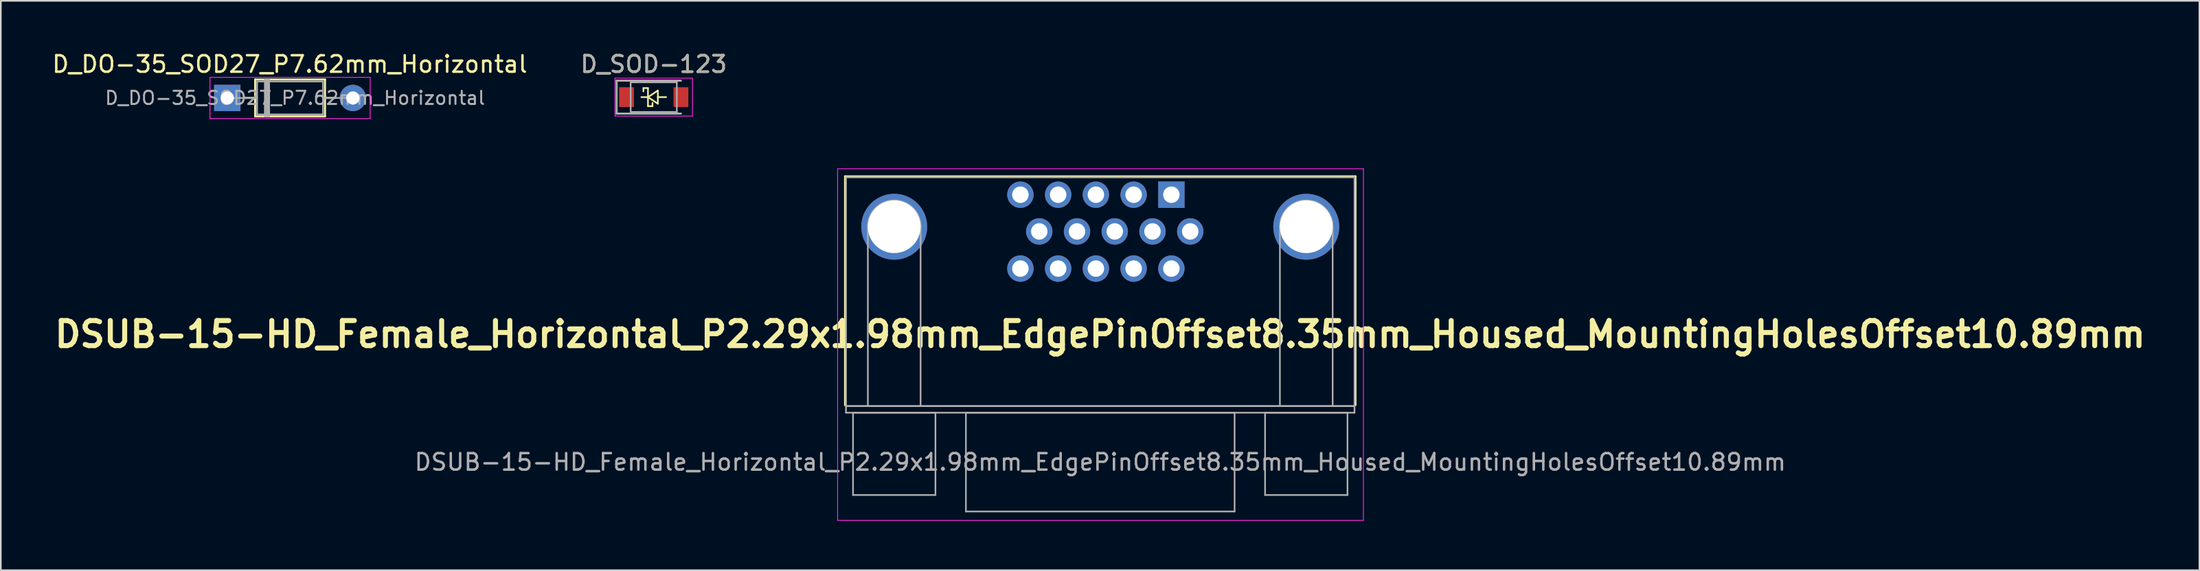
<source format=kicad_pcb>
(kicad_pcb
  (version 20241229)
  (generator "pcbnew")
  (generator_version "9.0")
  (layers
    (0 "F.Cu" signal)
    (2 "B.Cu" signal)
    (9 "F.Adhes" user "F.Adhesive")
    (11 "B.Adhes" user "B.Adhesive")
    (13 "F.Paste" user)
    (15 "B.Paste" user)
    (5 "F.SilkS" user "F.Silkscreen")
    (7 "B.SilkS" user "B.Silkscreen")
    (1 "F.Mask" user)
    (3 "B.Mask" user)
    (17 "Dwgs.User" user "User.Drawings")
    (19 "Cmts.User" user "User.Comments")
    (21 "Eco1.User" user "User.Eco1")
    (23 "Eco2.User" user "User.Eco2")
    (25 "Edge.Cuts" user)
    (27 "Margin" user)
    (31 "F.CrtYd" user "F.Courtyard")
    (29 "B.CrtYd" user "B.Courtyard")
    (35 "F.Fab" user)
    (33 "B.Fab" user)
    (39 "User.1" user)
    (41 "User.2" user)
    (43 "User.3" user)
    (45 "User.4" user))
  (footprint "D_DO-35_SOD27_P7.62mm_Horizontal"
    (layer "F.Cu")
    (at 10.74 2.898)
    (property "Reference" "D_DO-35_SOD27_P7.62mm_Horizontal" (at 3.79 -2.05 0) (layer "F.SilkS") (effects (font (size 1 1) (thickness 0.15))))
    (attr through_hole)
    (fp_line (start 1.04 0) (end 1.69 0) (stroke (width 0.12) (type solid)) (layer "F.SilkS"))
    (fp_line (start 1.69 -1.12) (end 1.69 1.12) (stroke (width 0.12) (type solid)) (layer "F.SilkS"))
    (fp_line (start 1.69 1.12) (end 5.93 1.12) (stroke (width 0.12) (type solid)) (layer "F.SilkS"))
    (fp_line (start 5.93 -1.12) (end 1.69 -1.12) (stroke (width 0.12) (type solid)) (layer "F.SilkS"))
    (fp_line (start 5.93 1.12) (end 5.93 -1.12) (stroke (width 0.12) (type solid)) (layer "F.SilkS"))
    (fp_line (start 6.58 0) (end 5.93 0) (stroke (width 0.12) (type solid)) (layer "F.SilkS"))
    (fp_line (start -1.05 -1.25) (end -1.05 1.25) (stroke (width 0.05) (type solid)) (layer "F.CrtYd"))
    (fp_line (start -1.05 1.25) (end 8.67 1.25) (stroke (width 0.05) (type solid)) (layer "F.CrtYd"))
    (fp_line (start 8.67 -1.25) (end -1.05 -1.25) (stroke (width 0.05) (type solid)) (layer "F.CrtYd"))
    (fp_line (start 8.67 1.25) (end 8.67 -1.25) (stroke (width 0.05) (type solid)) (layer "F.CrtYd"))
    (fp_line (start 0 0) (end 1.81 0) (stroke (width 0.1) (type solid)) (layer "F.Fab"))
    (fp_line (start 1.81 -1) (end 1.81 1) (stroke (width 0.1) (type solid)) (layer "F.Fab"))
    (fp_line (start 1.81 1) (end 5.81 1) (stroke (width 0.1) (type solid)) (layer "F.Fab"))
    (fp_line (start 2.29 -1.12) (end 2.29 1.12) (stroke (width 0.12) (type solid)) (layer "F.Fab"))
    (fp_line (start 2.31 -1) (end 2.31 1) (stroke (width 0.1) (type solid)) (layer "F.Fab"))
    (fp_line (start 2.41 -1.12) (end 2.41 1.12) (stroke (width 0.12) (type solid)) (layer "F.Fab"))
    (fp_line (start 2.41 -1) (end 2.41 1) (stroke (width 0.1) (type solid)) (layer "F.Fab"))
    (fp_line (start 2.51 -1) (end 2.51 1) (stroke (width 0.1) (type solid)) (layer "F.Fab"))
    (fp_line (start 2.53 -1.12) (end 2.53 1.12) (stroke (width 0.12) (type solid)) (layer "F.Fab"))
    (fp_line (start 5.81 -1) (end 1.81 -1) (stroke (width 0.1) (type solid)) (layer "F.Fab"))
    (fp_line (start 5.81 1) (end 5.81 -1) (stroke (width 0.1) (type solid)) (layer "F.Fab"))
    (fp_line (start 7.62 0) (end 5.81 0) (stroke (width 0.1) (type solid)) (layer "F.Fab"))
    (fp_text user "${REFERENCE}" (at 4.11 0 0) (layer "F.Fab") (effects (font (size 0.8 0.8) (thickness 0.12))))
    (pad "1" thru_hole rect (at 0 0) (size 1.6 1.6) (drill 0.8) (layers "*.Cu" "*.Mask"))
    (pad "2" thru_hole oval (at 7.62 0) (size 1.6 1.6) (drill 0.8) (layers "*.Cu" "*.Mask")))
  (footprint "DSUB-15-HD_Female_Horizontal_P2.29x1.98mm_EdgePinOffset8.35mm_Housed_MountingHolesOffset10.89mm"
    (layer "F.Cu")
    (at 68.019 9.298)
    (property "Reference" "DSUB-15-HD_Female_Horizontal_P2.29x1.98mm_EdgePinOffset8.35mm_Housed_MountingHolesOffset10.89mm" (at -4.323 7.95 0) (unlocked yes) (layer "F.SilkS") (effects (font (size 1.524 1.524) (thickness 0.305))))
    (attr through_hole)
    (fp_line (start -19.8 -1.64) (end 11.17 -1.64) (stroke (width 0.12) (type solid)) (layer "F.SilkS"))
    (fp_line (start -19.8 12.25) (end -19.8 -1.64) (stroke (width 0.12) (type solid)) (layer "F.SilkS"))
    (fp_line (start 11.17 -1.64) (end 11.17 12.25) (stroke (width 0.12) (type solid)) (layer "F.SilkS"))
    (fp_line (start -20.25 -2.1) (end -20.25 19.25) (stroke (width 0.05) (type solid)) (layer "F.CrtYd"))
    (fp_line (start -20.25 19.25) (end 11.65 19.25) (stroke (width 0.05) (type solid)) (layer "F.CrtYd"))
    (fp_line (start 11.65 -2.1) (end -20.25 -2.1) (stroke (width 0.05) (type solid)) (layer "F.CrtYd"))
    (fp_line (start 11.65 19.25) (end 11.65 -2.1) (stroke (width 0.05) (type solid)) (layer "F.CrtYd"))
    (fp_line (start -19.74 -1.58) (end -19.74 12.31) (stroke (width 0.1) (type solid)) (layer "F.Fab"))
    (fp_line (start -19.74 12.31) (end -19.74 12.71) (stroke (width 0.1) (type solid)) (layer "F.Fab"))
    (fp_line (start -19.74 12.31) (end 11.11 12.31) (stroke (width 0.1) (type solid)) (layer "F.Fab"))
    (fp_line (start -19.74 12.71) (end 11.11 12.71) (stroke (width 0.1) (type solid)) (layer "F.Fab"))
    (fp_line (start -19.315 12.71) (end -19.315 17.71) (stroke (width 0.1) (type solid)) (layer "F.Fab"))
    (fp_line (start -19.315 17.71) (end -14.315 17.71) (stroke (width 0.1) (type solid)) (layer "F.Fab"))
    (fp_line (start -18.415 12.31) (end -18.415 1.42) (stroke (width 0.1) (type solid)) (layer "F.Fab"))
    (fp_line (start -15.215 12.31) (end -15.215 1.42) (stroke (width 0.1) (type solid)) (layer "F.Fab"))
    (fp_line (start -14.315 12.71) (end -19.315 12.71) (stroke (width 0.1) (type solid)) (layer "F.Fab"))
    (fp_line (start -14.315 17.71) (end -14.315 12.71) (stroke (width 0.1) (type solid)) (layer "F.Fab"))
    (fp_line (start -12.465 12.71) (end -12.465 18.71) (stroke (width 0.1) (type solid)) (layer "F.Fab"))
    (fp_line (start -12.465 18.71) (end 3.835 18.71) (stroke (width 0.1) (type solid)) (layer "F.Fab"))
    (fp_line (start 3.835 12.71) (end -12.465 12.71) (stroke (width 0.1) (type solid)) (layer "F.Fab"))
    (fp_line (start 3.835 18.71) (end 3.835 12.71) (stroke (width 0.1) (type solid)) (layer "F.Fab"))
    (fp_line (start 5.685 12.71) (end 5.685 17.71) (stroke (width 0.1) (type solid)) (layer "F.Fab"))
    (fp_line (start 5.685 17.71) (end 10.685 17.71) (stroke (width 0.1) (type solid)) (layer "F.Fab"))
    (fp_line (start 6.585 12.31) (end 6.585 1.42) (stroke (width 0.1) (type solid)) (layer "F.Fab"))
    (fp_line (start 9.785 12.31) (end 9.785 1.42) (stroke (width 0.1) (type solid)) (layer "F.Fab"))
    (fp_line (start 10.685 12.71) (end 5.685 12.71) (stroke (width 0.1) (type solid)) (layer "F.Fab"))
    (fp_line (start 10.685 17.71) (end 10.685 12.71) (stroke (width 0.1) (type solid)) (layer "F.Fab"))
    (fp_line (start 11.11 -1.58) (end -19.74 -1.58) (stroke (width 0.1) (type solid)) (layer "F.Fab"))
    (fp_line (start 11.11 12.31) (end -19.74 12.31) (stroke (width 0.1) (type solid)) (layer "F.Fab"))
    (fp_line (start 11.11 12.31) (end 11.11 -1.58) (stroke (width 0.1) (type solid)) (layer "F.Fab"))
    (fp_line (start 11.11 12.71) (end 11.11 12.31) (stroke (width 0.1) (type solid)) (layer "F.Fab"))
    (fp_arc (start -18.415 1.42) (mid -16.815 -0.18) (end -15.215 1.42) (stroke (width 0.1) (type solid)) (layer "F.Fab"))
    (fp_arc (start 6.585 1.42) (mid 8.185 -0.18) (end 9.785 1.42) (stroke (width 0.1) (type solid)) (layer "F.Fab"))
    (fp_text user "${REFERENCE}" (at -4.315 15.71 0) (layer "F.Fab") (effects (font (size 1 1) (thickness 0.15))))
    (pad "0" thru_hole circle (at -16.815 1.42) (size 4 4) (drill 3.2) (layers "*.Cu" "*.Mask"))
    (pad "0" thru_hole circle (at 8.185 1.42) (size 4 4) (drill 3.2) (layers "*.Cu" "*.Mask"))
    (pad "1" thru_hole rect (at 0 -0.525) (size 1.6 1.6) (drill 1) (layers "*.Cu" "*.Mask"))
    (pad "2" thru_hole circle (at -2.29 -0.525) (size 1.6 1.6) (drill 1) (layers "*.Cu" "*.Mask"))
    (pad "3" thru_hole circle (at -4.58 -0.525) (size 1.6 1.6) (drill 1) (layers "*.Cu" "*.Mask"))
    (pad "4" thru_hole circle (at -6.87 -0.525) (size 1.6 1.6) (drill 1) (layers "*.Cu" "*.Mask"))
    (pad "5" thru_hole circle (at -9.16 -0.525) (size 1.6 1.6) (drill 1) (layers "*.Cu" "*.Mask"))
    (pad "6" thru_hole circle (at 1.145 1.705) (size 1.6 1.6) (drill 1) (layers "*.Cu" "*.Mask"))
    (pad "7" thru_hole circle (at -1.145 1.705) (size 1.6 1.6) (drill 1) (layers "*.Cu" "*.Mask"))
    (pad "8" thru_hole circle (at -3.435 1.705) (size 1.6 1.6) (drill 1) (layers "*.Cu" "*.Mask"))
    (pad "9" thru_hole circle (at -5.725 1.705) (size 1.6 1.6) (drill 1) (layers "*.Cu" "*.Mask"))
    (pad "10" thru_hole circle (at -8.015 1.705) (size 1.6 1.6) (drill 1) (layers "*.Cu" "*.Mask"))
    (pad "11" thru_hole circle (at 0 3.96) (size 1.6 1.6) (drill 1) (layers "*.Cu" "*.Mask"))
    (pad "12" thru_hole circle (at -2.29 3.96) (size 1.6 1.6) (drill 1) (layers "*.Cu" "*.Mask"))
    (pad "13" thru_hole circle (at -4.58 3.96) (size 1.6 1.6) (drill 1) (layers "*.Cu" "*.Mask"))
    (pad "14" thru_hole circle (at -6.87 3.96) (size 1.6 1.6) (drill 1) (layers "*.Cu" "*.Mask"))
    (pad "15" thru_hole circle (at -9.16 3.96) (size 1.6 1.6) (drill 1) (layers "*.Cu" "*.Mask")))
  (footprint "D_SOD-123"
    (layer "F.Cu")
    (at 36.613 2.848)
    (property "Reference" "D_SOD-123" (at 0 -2 0) (layer "F.SilkS") (effects (font (size 1 1) (thickness 0.15))))
    (attr smd)
    (fp_line (start -0.75 0) (end -0.35 0) (stroke (width 0.1) (type solid)) (layer "F.SilkS"))
    (fp_line (start -0.625 -0.55) (end -0.625 -0.35) (stroke (width 0.1) (type solid)) (layer "F.SilkS"))
    (fp_line (start -0.625 -0.55) (end -0.35 -0.55) (stroke (width 0.1) (type solid)) (layer "F.SilkS"))
    (fp_line (start -0.35 0) (end -0.35 -0.55) (stroke (width 0.1) (type solid)) (layer "F.SilkS"))
    (fp_line (start -0.35 0) (end -0.35 0.55) (stroke (width 0.1) (type solid)) (layer "F.SilkS"))
    (fp_line (start -0.35 0) (end 0.25 -0.4) (stroke (width 0.1) (type solid)) (layer "F.SilkS"))
    (fp_line (start -0.35 0.55) (end -0.075 0.55) (stroke (width 0.1) (type solid)) (layer "F.SilkS"))
    (fp_line (start -0.075 0.35) (end -0.075 0.55) (stroke (width 0.1) (type solid)) (layer "F.SilkS"))
    (fp_line (start 0.25 -0.4) (end 0.25 0.4) (stroke (width 0.1) (type solid)) (layer "F.SilkS"))
    (fp_line (start 0.25 0) (end 0.75 0) (stroke (width 0.1) (type solid)) (layer "F.SilkS"))
    (fp_line (start 0.25 0.4) (end -0.35 0) (stroke (width 0.1) (type solid)) (layer "F.SilkS"))
    (fp_line (start -2.35 -1.15) (end -2.35 1.15) (stroke (width 0.05) (type solid)) (layer "F.CrtYd"))
    (fp_line (start -2.35 -1.15) (end 2.35 -1.15) (stroke (width 0.05) (type solid)) (layer "F.CrtYd"))
    (fp_line (start 2.35 -1.15) (end 2.35 1.15) (stroke (width 0.05) (type solid)) (layer "F.CrtYd"))
    (fp_line (start 2.35 1.15) (end -2.35 1.15) (stroke (width 0.05) (type solid)) (layer "F.CrtYd"))
    (fp_line (start -2.25 -1) (end -2.25 1) (stroke (width 0.12) (type solid)) (layer "F.Fab"))
    (fp_line (start -2.25 -1) (end 1.65 -1) (stroke (width 0.12) (type solid)) (layer "F.Fab"))
    (fp_line (start -2.25 1) (end 1.65 1) (stroke (width 0.12) (type solid)) (layer "F.Fab"))
    (fp_line (start -1.4 -0.9) (end 1.4 -0.9) (stroke (width 0.1) (type solid)) (layer "F.Fab"))
    (fp_line (start -1.4 0.9) (end -1.4 -0.9) (stroke (width 0.1) (type solid)) (layer "F.Fab"))
    (fp_line (start 1.4 -0.9) (end 1.4 0.9) (stroke (width 0.1) (type solid)) (layer "F.Fab"))
    (fp_line (start 1.4 0.9) (end -1.4 0.9) (stroke (width 0.1) (type solid)) (layer "F.Fab"))
    (fp_text user "${REFERENCE}" (at 0 -2 0) (layer "F.Fab") (effects (font (size 1 1) (thickness 0.15))))
    (pad "1" smd rect (at -1.65 0) (size 0.9 1.2) (layers "F.Cu" "F.Mask" "F.Paste"))
    (pad "2" smd rect (at 1.65 0) (size 0.9 1.2) (layers "F.Cu" "F.Mask" "F.Paste")))
  (gr_rect
    (start -3 -3)
    (end 130.392 31.573)
    (stroke (width 0.1) (type default))
    (fill no)
    (layer "Edge.Cuts")))
</source>
